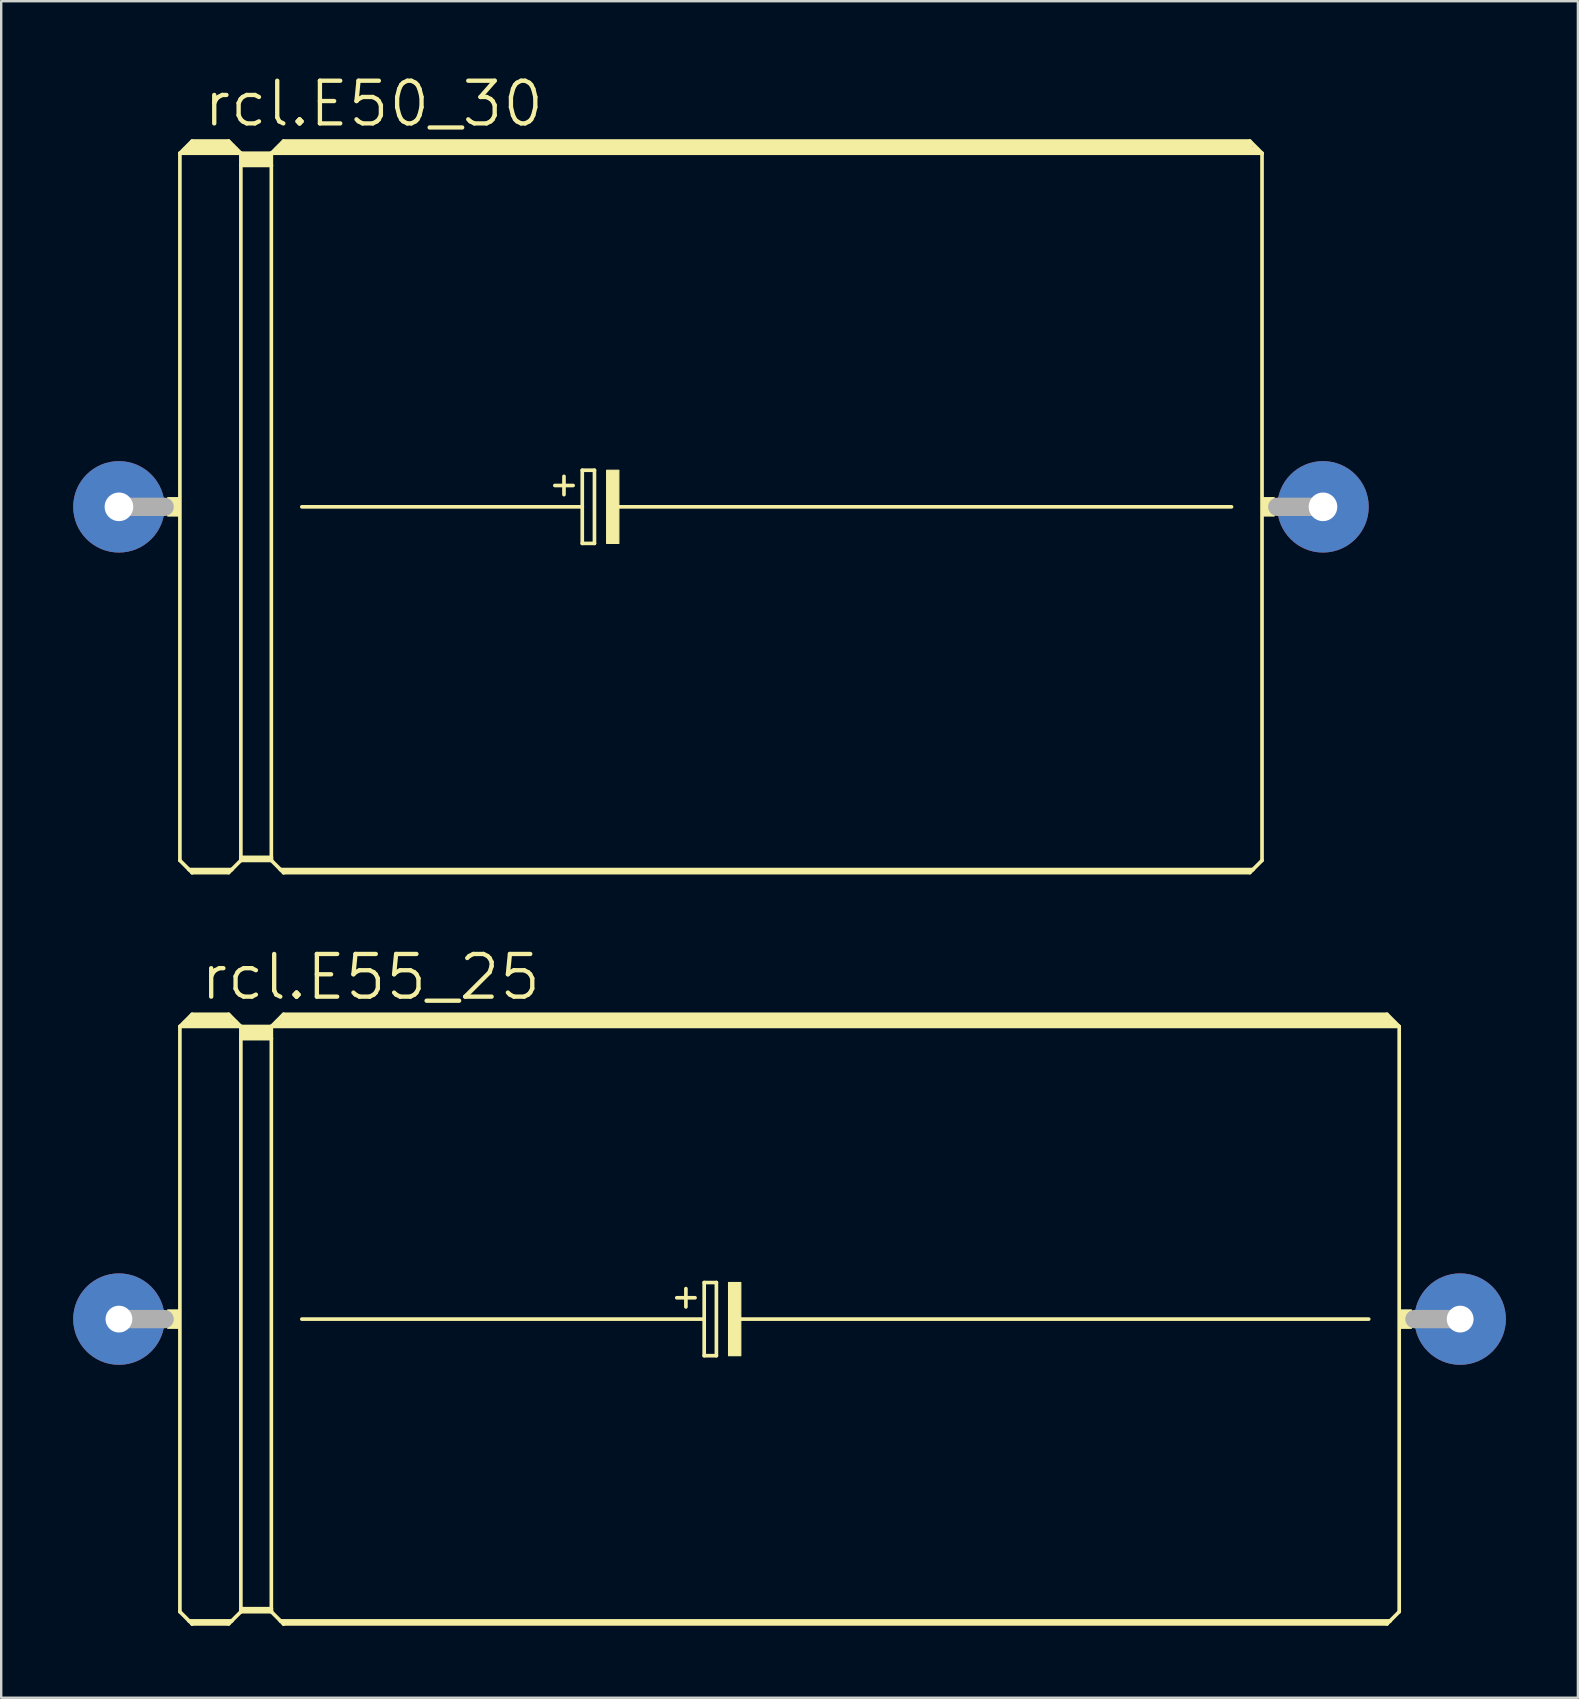
<source format=kicad_pcb>
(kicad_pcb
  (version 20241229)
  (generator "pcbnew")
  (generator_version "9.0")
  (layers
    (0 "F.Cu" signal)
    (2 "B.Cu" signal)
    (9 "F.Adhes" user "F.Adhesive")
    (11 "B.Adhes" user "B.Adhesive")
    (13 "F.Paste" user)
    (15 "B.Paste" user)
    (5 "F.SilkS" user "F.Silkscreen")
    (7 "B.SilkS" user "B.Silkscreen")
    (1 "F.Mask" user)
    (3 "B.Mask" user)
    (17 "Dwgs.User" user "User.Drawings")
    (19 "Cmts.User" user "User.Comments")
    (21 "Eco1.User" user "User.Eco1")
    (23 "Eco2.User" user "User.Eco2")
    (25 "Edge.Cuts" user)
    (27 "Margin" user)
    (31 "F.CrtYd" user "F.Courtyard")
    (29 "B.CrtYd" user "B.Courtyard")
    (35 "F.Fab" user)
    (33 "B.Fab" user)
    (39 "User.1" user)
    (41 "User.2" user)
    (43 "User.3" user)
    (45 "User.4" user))
  (footprint "rcl.E55_25"
    (layer "F.Cu")
    (at 29.845 51.908)
    (property "Reference" "rcl.E55_25" (at -24.638 -13.208 0) (layer "F.SilkS") (effects (font (size 1.778 1.778) (thickness 0.18)) (justify left bottom)))
    (attr through_hole)
    (fp_line (start -25.4 -12.192) (end -25.4 12.192) (stroke (width 0.152) (type default)) (layer "F.SilkS"))
    (fp_line (start -25.4 -12.192) (end -24.892 -12.7) (stroke (width 0.152) (type default)) (layer "F.SilkS"))
    (fp_line (start -25.4 -12.192) (end -22.86 -12.192) (stroke (width 0.152) (type default)) (layer "F.SilkS"))
    (fp_line (start -25.4 12.192) (end -25.019 12.573) (stroke (width 0.152) (type default)) (layer "F.SilkS"))
    (fp_line (start -25.146 -12.319) (end -23.114 -12.319) (stroke (width 0.305) (type default)) (layer "F.SilkS"))
    (fp_line (start -25.019 12.573) (end -24.892 12.7) (stroke (width 0.152) (type default)) (layer "F.SilkS"))
    (fp_line (start -25.019 12.573) (end -23.241 12.573) (stroke (width 0.152) (type default)) (layer "F.SilkS"))
    (fp_line (start -24.892 -12.7) (end -23.368 -12.7) (stroke (width 0.152) (type default)) (layer "F.SilkS"))
    (fp_line (start -24.892 -12.573) (end -23.368 -12.573) (stroke (width 0.305) (type default)) (layer "F.SilkS"))
    (fp_line (start -24.892 12.649) (end -23.368 12.649) (stroke (width 0.152) (type default)) (layer "F.SilkS"))
    (fp_line (start -24.892 12.7) (end -24.892 12.649) (stroke (width 0.152) (type default)) (layer "F.SilkS"))
    (fp_line (start -24.892 12.7) (end -23.368 12.7) (stroke (width 0.152) (type default)) (layer "F.SilkS"))
    (fp_line (start -23.368 -12.7) (end -22.86 -12.192) (stroke (width 0.152) (type default)) (layer "F.SilkS"))
    (fp_line (start -23.368 12.7) (end -23.241 12.573) (stroke (width 0.152) (type default)) (layer "F.SilkS"))
    (fp_line (start -23.241 12.573) (end -22.86 12.192) (stroke (width 0.152) (type default)) (layer "F.SilkS"))
    (fp_line (start -22.86 -12.192) (end -21.59 -12.192) (stroke (width 0.152) (type default)) (layer "F.SilkS"))
    (fp_line (start -22.86 -11.684) (end -22.86 -12.192) (stroke (width 0.152) (type default)) (layer "F.SilkS"))
    (fp_line (start -22.86 -11.684) (end -21.59 -11.684) (stroke (width 0.152) (type default)) (layer "F.SilkS"))
    (fp_line (start -22.86 12.065) (end -22.86 -11.684) (stroke (width 0.152) (type default)) (layer "F.SilkS"))
    (fp_line (start -22.86 12.065) (end -21.59 12.065) (stroke (width 0.152) (type default)) (layer "F.SilkS"))
    (fp_line (start -22.86 12.141) (end -22.86 12.065) (stroke (width 0.152) (type default)) (layer "F.SilkS"))
    (fp_line (start -22.86 12.141) (end -21.59 12.141) (stroke (width 0.152) (type default)) (layer "F.SilkS"))
    (fp_line (start -22.86 12.192) (end -22.86 12.141) (stroke (width 0.152) (type default)) (layer "F.SilkS"))
    (fp_line (start -22.86 12.192) (end -21.59 12.192) (stroke (width 0.152) (type default)) (layer "F.SilkS"))
    (fp_line (start -22.733 -12.065) (end -21.717 -12.065) (stroke (width 0.305) (type default)) (layer "F.SilkS"))
    (fp_line (start -22.733 -11.811) (end -21.717 -11.811) (stroke (width 0.305) (type default)) (layer "F.SilkS"))
    (fp_line (start -21.59 -12.192) (end -21.082 -12.7) (stroke (width 0.152) (type default)) (layer "F.SilkS"))
    (fp_line (start -21.59 -12.192) (end 25.4 -12.192) (stroke (width 0.152) (type default)) (layer "F.SilkS"))
    (fp_line (start -21.59 -11.684) (end -21.59 -12.192) (stroke (width 0.152) (type default)) (layer "F.SilkS"))
    (fp_line (start -21.59 12.065) (end -21.59 -11.684) (stroke (width 0.152) (type default)) (layer "F.SilkS"))
    (fp_line (start -21.59 12.141) (end -21.59 12.065) (stroke (width 0.152) (type default)) (layer "F.SilkS"))
    (fp_line (start -21.59 12.192) (end -21.59 12.141) (stroke (width 0.152) (type default)) (layer "F.SilkS"))
    (fp_line (start -21.59 12.192) (end -21.209 12.573) (stroke (width 0.152) (type default)) (layer "F.SilkS"))
    (fp_line (start -21.336 -12.319) (end 25.146 -12.319) (stroke (width 0.305) (type default)) (layer "F.SilkS"))
    (fp_line (start -21.209 12.573) (end -21.082 12.7) (stroke (width 0.152) (type default)) (layer "F.SilkS"))
    (fp_line (start -21.209 12.573) (end 25.019 12.573) (stroke (width 0.152) (type default)) (layer "F.SilkS"))
    (fp_line (start -21.082 -12.7) (end 24.892 -12.7) (stroke (width 0.152) (type default)) (layer "F.SilkS"))
    (fp_line (start -21.082 -12.573) (end 24.892 -12.573) (stroke (width 0.305) (type default)) (layer "F.SilkS"))
    (fp_line (start -21.082 12.649) (end 24.892 12.649) (stroke (width 0.152) (type default)) (layer "F.SilkS"))
    (fp_line (start -21.082 12.7) (end -21.082 12.649) (stroke (width 0.152) (type default)) (layer "F.SilkS"))
    (fp_line (start -21.082 12.7) (end 24.892 12.7) (stroke (width 0.152) (type default)) (layer "F.SilkS"))
    (fp_line (start -20.32 0) (end -3.556 0) (stroke (width 0.152) (type default)) (layer "F.SilkS"))
    (fp_line (start -4.699 -0.889) (end -3.937 -0.889) (stroke (width 0.152) (type default)) (layer "F.SilkS"))
    (fp_line (start -4.318 -1.27) (end -4.318 -0.508) (stroke (width 0.152) (type default)) (layer "F.SilkS"))
    (fp_line (start -3.556 -1.524) (end -3.556 0) (stroke (width 0.152) (type default)) (layer "F.SilkS"))
    (fp_line (start -3.556 0) (end -3.556 1.524) (stroke (width 0.152) (type default)) (layer "F.SilkS"))
    (fp_line (start -3.556 1.524) (end -3.048 1.524) (stroke (width 0.152) (type default)) (layer "F.SilkS"))
    (fp_line (start -3.048 -1.524) (end -3.556 -1.524) (stroke (width 0.152) (type default)) (layer "F.SilkS"))
    (fp_line (start -3.048 1.524) (end -3.048 -1.524) (stroke (width 0.152) (type default)) (layer "F.SilkS"))
    (fp_line (start -2.159 0) (end 24.13 0) (stroke (width 0.152) (type default)) (layer "F.SilkS"))
    (fp_line (start 24.892 -12.7) (end 25.4 -12.192) (stroke (width 0.152) (type default)) (layer "F.SilkS"))
    (fp_line (start 24.892 12.7) (end 25.019 12.573) (stroke (width 0.152) (type default)) (layer "F.SilkS"))
    (fp_line (start 25.019 12.573) (end 25.4 12.192) (stroke (width 0.152) (type default)) (layer "F.SilkS"))
    (fp_line (start 25.4 -12.192) (end 25.4 12.192) (stroke (width 0.152) (type default)) (layer "F.SilkS"))
    (fp_rect (start -25.908 0.381) (end -25.4 -0.381) (stroke (width 0.05) (type default)) (fill yes) (layer "F.SilkS"))
    (fp_rect (start -2.54 1.524) (end -2.032 -1.524) (stroke (width 0.05) (type default)) (fill yes) (layer "F.SilkS"))
    (fp_rect (start 25.4 0.381) (end 25.908 -0.381) (stroke (width 0.05) (type default)) (fill yes) (layer "F.SilkS"))
    (fp_line (start -27.94 0) (end -26.035 0) (stroke (width 0.762) (type default)) (layer "F.Fab"))
    (fp_line (start 27.94 0) (end 26.035 0) (stroke (width 0.762) (type default)) (layer "F.Fab"))
    (pad "+" thru_hole circle (at -27.94 0) (size 3.81 3.81) (drill 1.118) (layers "*.Cu" "*.Mask"))
    (pad "-" thru_hole circle (at 27.94 0) (size 3.81 3.81) (drill 1.118) (layers "*.Cu" "*.Mask")))
  (footprint "rcl.E50_30"
    (layer "F.Cu")
    (at 27.305 18.066)
    (property "Reference" "rcl.E50_30" (at -21.971 -15.748 0) (layer "F.SilkS") (effects (font (size 1.778 1.778) (thickness 0.18)) (justify left bottom)))
    (attr through_hole)
    (fp_line (start -22.86 -14.732) (end -22.86 14.732) (stroke (width 0.152) (type default)) (layer "F.SilkS"))
    (fp_line (start -22.86 -14.732) (end -22.352 -15.24) (stroke (width 0.152) (type default)) (layer "F.SilkS"))
    (fp_line (start -22.86 -14.732) (end -20.32 -14.732) (stroke (width 0.152) (type default)) (layer "F.SilkS"))
    (fp_line (start -22.86 14.732) (end -22.479 15.113) (stroke (width 0.152) (type default)) (layer "F.SilkS"))
    (fp_line (start -22.606 -14.859) (end -22.479 -14.859) (stroke (width 0.305) (type default)) (layer "F.SilkS"))
    (fp_line (start -22.479 -14.859) (end -22.479 -14.986) (stroke (width 0.305) (type default)) (layer "F.SilkS"))
    (fp_line (start -22.479 -14.859) (end -20.701 -14.859) (stroke (width 0.305) (type default)) (layer "F.SilkS"))
    (fp_line (start -22.479 15.113) (end -22.352 15.24) (stroke (width 0.152) (type default)) (layer "F.SilkS"))
    (fp_line (start -22.479 15.113) (end -20.701 15.113) (stroke (width 0.152) (type default)) (layer "F.SilkS"))
    (fp_line (start -22.352 -15.24) (end -20.828 -15.24) (stroke (width 0.152) (type default)) (layer "F.SilkS"))
    (fp_line (start -22.352 -15.113) (end -20.828 -15.113) (stroke (width 0.305) (type default)) (layer "F.SilkS"))
    (fp_line (start -22.352 15.189) (end -20.828 15.189) (stroke (width 0.152) (type default)) (layer "F.SilkS"))
    (fp_line (start -22.352 15.24) (end -22.352 15.189) (stroke (width 0.152) (type default)) (layer "F.SilkS"))
    (fp_line (start -22.352 15.24) (end -20.828 15.24) (stroke (width 0.152) (type default)) (layer "F.SilkS"))
    (fp_line (start -20.701 -14.859) (end -20.701 -14.986) (stroke (width 0.305) (type default)) (layer "F.SilkS"))
    (fp_line (start -20.701 -14.859) (end -20.574 -14.859) (stroke (width 0.305) (type default)) (layer "F.SilkS"))
    (fp_line (start -20.701 15.113) (end -20.828 15.24) (stroke (width 0.152) (type default)) (layer "F.SilkS"))
    (fp_line (start -20.32 -14.732) (end -20.828 -15.24) (stroke (width 0.152) (type default)) (layer "F.SilkS"))
    (fp_line (start -20.32 -14.732) (end -20.32 -14.224) (stroke (width 0.152) (type default)) (layer "F.SilkS"))
    (fp_line (start -20.32 -14.732) (end -19.05 -14.732) (stroke (width 0.152) (type default)) (layer "F.SilkS"))
    (fp_line (start -20.32 -14.224) (end -20.32 14.605) (stroke (width 0.152) (type default)) (layer "F.SilkS"))
    (fp_line (start -20.32 -14.224) (end -19.05 -14.224) (stroke (width 0.152) (type default)) (layer "F.SilkS"))
    (fp_line (start -20.32 14.605) (end -20.32 14.681) (stroke (width 0.152) (type default)) (layer "F.SilkS"))
    (fp_line (start -20.32 14.605) (end -19.05 14.605) (stroke (width 0.152) (type default)) (layer "F.SilkS"))
    (fp_line (start -20.32 14.681) (end -20.32 14.732) (stroke (width 0.152) (type default)) (layer "F.SilkS"))
    (fp_line (start -20.32 14.681) (end -19.05 14.681) (stroke (width 0.152) (type default)) (layer "F.SilkS"))
    (fp_line (start -20.32 14.732) (end -20.701 15.113) (stroke (width 0.152) (type default)) (layer "F.SilkS"))
    (fp_line (start -20.32 14.732) (end -19.05 14.732) (stroke (width 0.152) (type default)) (layer "F.SilkS"))
    (fp_line (start -20.193 -14.605) (end -19.177 -14.605) (stroke (width 0.305) (type default)) (layer "F.SilkS"))
    (fp_line (start -20.193 -14.351) (end -19.177 -14.351) (stroke (width 0.305) (type default)) (layer "F.SilkS"))
    (fp_line (start -19.05 -14.732) (end -19.05 -14.224) (stroke (width 0.152) (type default)) (layer "F.SilkS"))
    (fp_line (start -19.05 -14.732) (end 22.225 -14.732) (stroke (width 0.152) (type default)) (layer "F.SilkS"))
    (fp_line (start -19.05 -14.224) (end -19.05 14.605) (stroke (width 0.152) (type default)) (layer "F.SilkS"))
    (fp_line (start -19.05 14.605) (end -19.05 14.681) (stroke (width 0.152) (type default)) (layer "F.SilkS"))
    (fp_line (start -19.05 14.681) (end -19.05 14.732) (stroke (width 0.152) (type default)) (layer "F.SilkS"))
    (fp_line (start -19.05 14.732) (end -18.669 15.113) (stroke (width 0.152) (type default)) (layer "F.SilkS"))
    (fp_line (start -18.796 -14.859) (end -18.669 -14.859) (stroke (width 0.305) (type default)) (layer "F.SilkS"))
    (fp_line (start -18.669 -14.859) (end -18.669 -14.986) (stroke (width 0.305) (type default)) (layer "F.SilkS"))
    (fp_line (start -18.669 -14.859) (end 21.971 -14.859) (stroke (width 0.305) (type default)) (layer "F.SilkS"))
    (fp_line (start -18.669 15.113) (end -18.542 15.24) (stroke (width 0.152) (type default)) (layer "F.SilkS"))
    (fp_line (start -18.669 15.113) (end 21.844 15.113) (stroke (width 0.152) (type default)) (layer "F.SilkS"))
    (fp_line (start -18.542 -15.24) (end -19.05 -14.732) (stroke (width 0.152) (type default)) (layer "F.SilkS"))
    (fp_line (start -18.542 -15.24) (end 21.717 -15.24) (stroke (width 0.152) (type default)) (layer "F.SilkS"))
    (fp_line (start -18.542 -15.113) (end 21.717 -15.113) (stroke (width 0.305) (type default)) (layer "F.SilkS"))
    (fp_line (start -18.542 15.189) (end 21.717 15.189) (stroke (width 0.152) (type default)) (layer "F.SilkS"))
    (fp_line (start -18.542 15.24) (end -18.542 15.189) (stroke (width 0.152) (type default)) (layer "F.SilkS"))
    (fp_line (start -17.78 0) (end -6.096 0) (stroke (width 0.152) (type default)) (layer "F.SilkS"))
    (fp_line (start -7.239 -0.889) (end -6.477 -0.889) (stroke (width 0.152) (type default)) (layer "F.SilkS"))
    (fp_line (start -6.858 -1.27) (end -6.858 -0.508) (stroke (width 0.152) (type default)) (layer "F.SilkS"))
    (fp_line (start -6.096 -1.524) (end -6.096 0) (stroke (width 0.152) (type default)) (layer "F.SilkS"))
    (fp_line (start -6.096 0) (end -6.096 1.524) (stroke (width 0.152) (type default)) (layer "F.SilkS"))
    (fp_line (start -6.096 1.524) (end -5.588 1.524) (stroke (width 0.152) (type default)) (layer "F.SilkS"))
    (fp_line (start -5.588 -1.524) (end -6.096 -1.524) (stroke (width 0.152) (type default)) (layer "F.SilkS"))
    (fp_line (start -5.588 1.524) (end -5.588 -1.524) (stroke (width 0.152) (type default)) (layer "F.SilkS"))
    (fp_line (start -4.699 0) (end 20.955 0) (stroke (width 0.152) (type default)) (layer "F.SilkS"))
    (fp_line (start 21.717 -15.24) (end 22.225 -14.732) (stroke (width 0.152) (type default)) (layer "F.SilkS"))
    (fp_line (start 21.717 15.24) (end -18.542 15.24) (stroke (width 0.152) (type default)) (layer "F.SilkS"))
    (fp_line (start 21.844 15.113) (end 21.717 15.24) (stroke (width 0.152) (type default)) (layer "F.SilkS"))
    (fp_line (start 22.225 -14.732) (end 22.225 14.732) (stroke (width 0.152) (type default)) (layer "F.SilkS"))
    (fp_line (start 22.225 14.732) (end 21.844 15.113) (stroke (width 0.152) (type default)) (layer "F.SilkS"))
    (fp_rect (start -23.368 0.381) (end -22.86 -0.381) (stroke (width 0.05) (type default)) (fill yes) (layer "F.SilkS"))
    (fp_rect (start -5.08 1.524) (end -4.572 -1.524) (stroke (width 0.05) (type default)) (fill yes) (layer "F.SilkS"))
    (fp_rect (start 22.225 0.381) (end 22.733 -0.381) (stroke (width 0.05) (type default)) (fill yes) (layer "F.SilkS"))
    (fp_line (start -25.4 0) (end -23.495 0) (stroke (width 0.762) (type default)) (layer "F.Fab"))
    (fp_line (start 24.765 0) (end 22.86 0) (stroke (width 0.762) (type default)) (layer "F.Fab"))
    (pad "+" thru_hole circle (at -25.4 0) (size 3.81 3.81) (drill 1.194) (layers "*.Cu" "*.Mask"))
    (pad "-" thru_hole circle (at 24.765 0) (size 3.81 3.81) (drill 1.194) (layers "*.Cu" "*.Mask")))
  (gr_rect
    (start -3 -3)
    (end 62.69 67.684)
    (stroke (width 0.1) (type default))
    (fill no)
    (layer "Edge.Cuts")))
</source>
